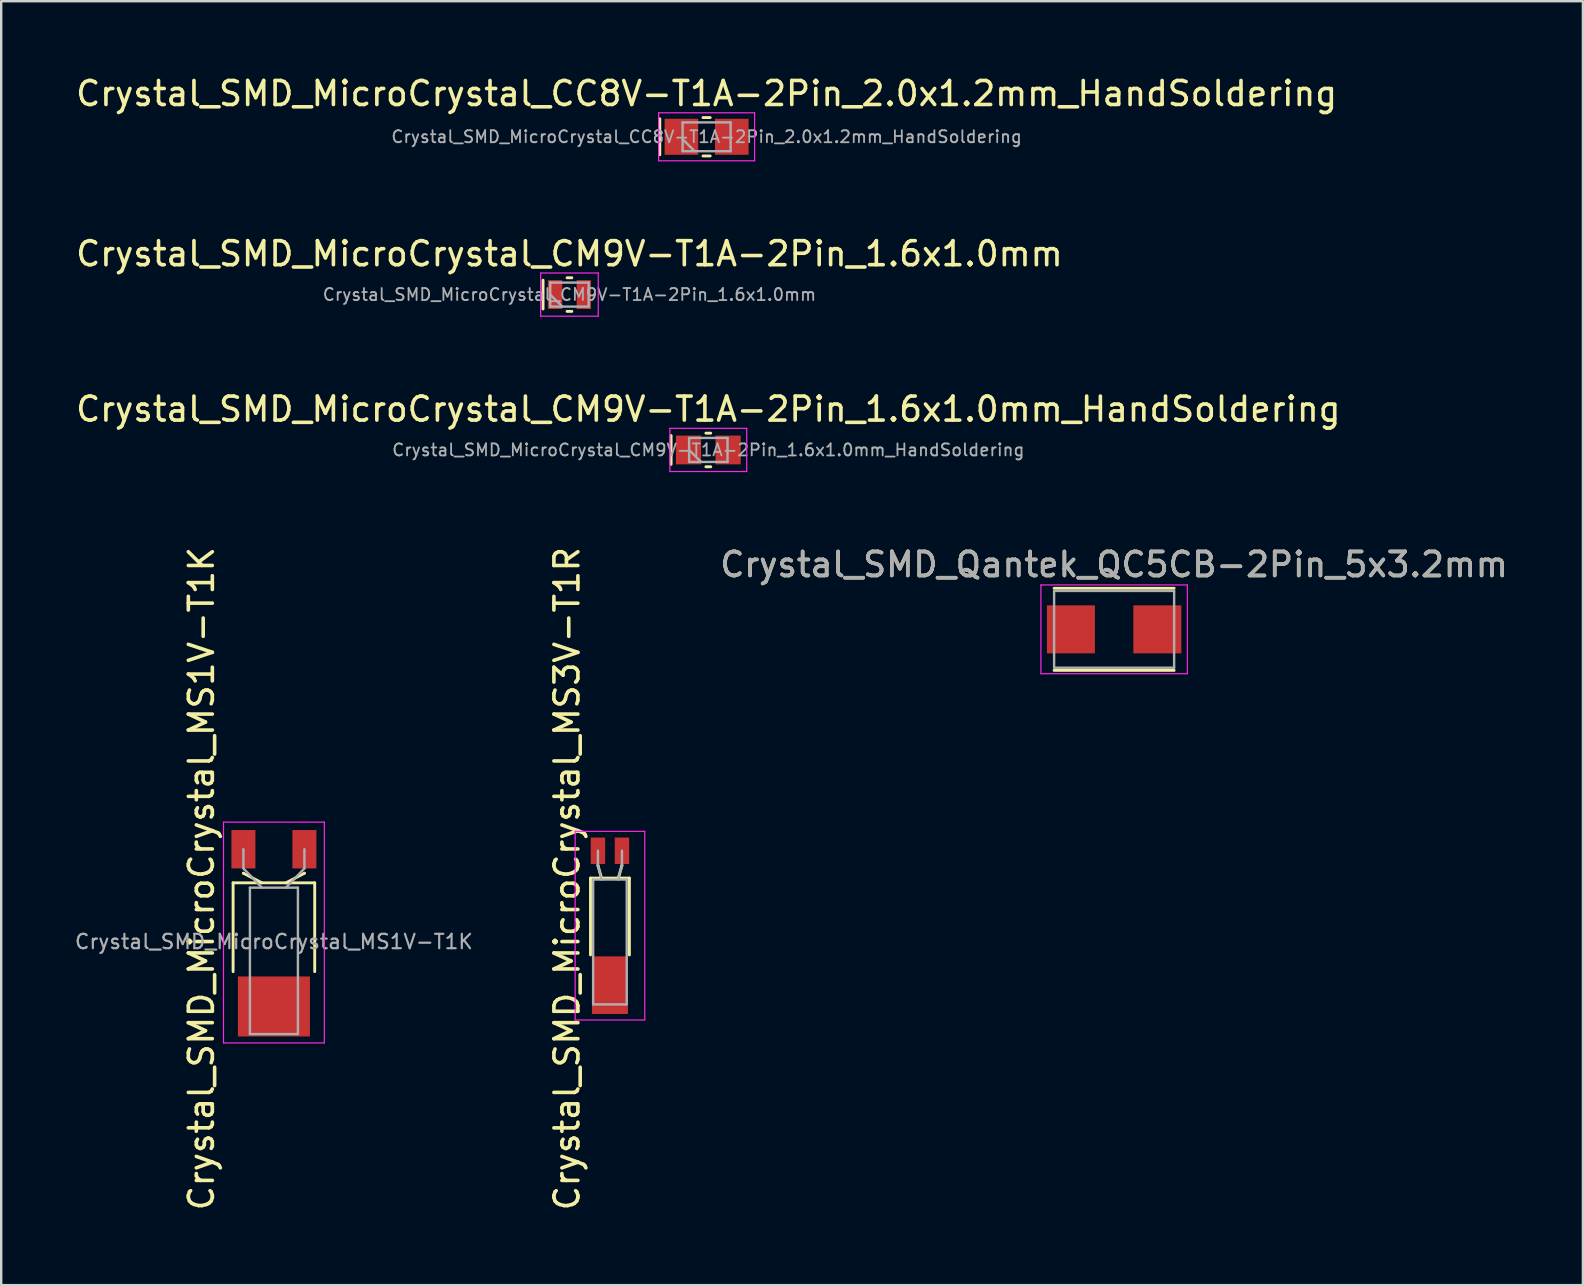
<source format=kicad_pcb>
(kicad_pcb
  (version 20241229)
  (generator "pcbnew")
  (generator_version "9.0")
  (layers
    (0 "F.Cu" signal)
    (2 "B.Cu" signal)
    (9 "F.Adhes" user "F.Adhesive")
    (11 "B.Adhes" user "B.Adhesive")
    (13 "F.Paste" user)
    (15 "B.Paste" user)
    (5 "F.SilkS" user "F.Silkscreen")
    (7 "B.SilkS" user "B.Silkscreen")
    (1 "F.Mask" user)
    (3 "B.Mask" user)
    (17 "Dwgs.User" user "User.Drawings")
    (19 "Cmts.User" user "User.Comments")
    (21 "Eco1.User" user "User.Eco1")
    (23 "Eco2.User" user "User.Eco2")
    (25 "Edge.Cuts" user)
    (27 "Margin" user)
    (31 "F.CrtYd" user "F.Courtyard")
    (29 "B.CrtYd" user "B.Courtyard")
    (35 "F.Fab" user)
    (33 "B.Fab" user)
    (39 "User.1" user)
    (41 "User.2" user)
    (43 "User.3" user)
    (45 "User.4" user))
  (footprint "Crystal_SMD_MicroCrystal_MS3V-T1R"
    (layer "F.Cu")
    (at 22.36 35.192)
    (property "Reference" "Crystal_SMD_MicroCrystal_MS3V-T1R" (at -1.79 -1.637 90) (layer "F.SilkS") (effects (font (size 1 1) (thickness 0.15))))
    (attr smd)
    (fp_line (start -0.81 -1.66) (end 0.81 -1.66) (stroke (width 0.12) (type solid)) (layer "F.SilkS"))
    (fp_line (start -0.81 1.54) (end -0.81 -1.66) (stroke (width 0.12) (type solid)) (layer "F.SilkS"))
    (fp_line (start -0.5 -2.19) (end -0.5 -2.19) (stroke (width 0.12) (type solid)) (layer "F.SilkS"))
    (fp_line (start -0.35 -1.66) (end -0.5 -2.19) (stroke (width 0.12) (type solid)) (layer "F.SilkS"))
    (fp_line (start 0.35 -1.66) (end 0.5 -2.19) (stroke (width 0.12) (type solid)) (layer "F.SilkS"))
    (fp_line (start 0.5 -2.19) (end 0.5 -2.19) (stroke (width 0.12) (type solid)) (layer "F.SilkS"))
    (fp_line (start 0.81 -1.66) (end 0.81 1.54) (stroke (width 0.12) (type solid)) (layer "F.SilkS"))
    (fp_line (start -1.45 -3.61) (end -1.45 4.25) (stroke (width 0.05) (type solid)) (layer "F.CrtYd"))
    (fp_line (start -1.45 4.25) (end 1.45 4.25) (stroke (width 0.05) (type solid)) (layer "F.CrtYd"))
    (fp_line (start 1.45 -3.61) (end -1.45 -3.61) (stroke (width 0.05) (type solid)) (layer "F.CrtYd"))
    (fp_line (start 1.45 4.25) (end 1.45 -3.61) (stroke (width 0.05) (type solid)) (layer "F.CrtYd"))
    (fp_line (start -0.7 -1.6) (end -0.7 3.6) (stroke (width 0.1) (type solid)) (layer "F.Fab"))
    (fp_line (start -0.7 3.6) (end 0.7 3.6) (stroke (width 0.1) (type solid)) (layer "F.Fab"))
    (fp_line (start -0.5 -2.2) (end -0.5 -2.8) (stroke (width 0.1) (type solid)) (layer "F.Fab"))
    (fp_line (start -0.35 -1.6) (end -0.5 -2.2) (stroke (width 0.1) (type solid)) (layer "F.Fab"))
    (fp_line (start 0.35 -1.6) (end 0.5 -2.2) (stroke (width 0.1) (type solid)) (layer "F.Fab"))
    (fp_line (start 0.5 -2.2) (end 0.5 -2.8) (stroke (width 0.1) (type solid)) (layer "F.Fab"))
    (fp_line (start 0.7 -1.6) (end -0.7 -1.6) (stroke (width 0.1) (type solid)) (layer "F.Fab"))
    (fp_line (start 0.7 3.6) (end 0.7 -1.6) (stroke (width 0.1) (type solid)) (layer "F.Fab"))
    (pad "1" smd rect (at -0.5 -2.8) (size 0.6 1.1) (layers "F.Cu" "F.Mask"))
    (pad "2" smd rect (at 0.5 -2.8) (size 0.6 1.1) (layers "F.Cu" "F.Mask"))
    (pad "3" smd rect (at 0 2.8) (size 1.5 2.4) (layers "F.Cu" "F.Mask")))
  (footprint "Crystal_SMD_MicroCrystal_CM9V-T1A-2Pin_1.6x1.0mm"
    (layer "F.Cu")
    (at 20.673 9.222)
    (property "Reference" "Crystal_SMD_MicroCrystal_CM9V-T1A-2Pin_1.6x1.0mm" (at 0 -1.7 0) (layer "F.SilkS") (effects (font (size 1 1) (thickness 0.15))))
    (attr smd)
    (fp_line (start -1.1 -0.6) (end -1.1 0.6) (stroke (width 0.12) (type solid)) (layer "F.SilkS"))
    (fp_line (start -0.1 -0.7) (end 0.1 -0.7) (stroke (width 0.12) (type solid)) (layer "F.SilkS"))
    (fp_line (start -0.1 0.7) (end 0.1 0.7) (stroke (width 0.12) (type solid)) (layer "F.SilkS"))
    (fp_line (start -1.2 -0.9) (end -1.2 0.9) (stroke (width 0.05) (type solid)) (layer "F.CrtYd"))
    (fp_line (start -1.2 0.9) (end 1.2 0.9) (stroke (width 0.05) (type solid)) (layer "F.CrtYd"))
    (fp_line (start 1.2 -0.9) (end -1.2 -0.9) (stroke (width 0.05) (type solid)) (layer "F.CrtYd"))
    (fp_line (start 1.2 0.9) (end 1.2 -0.9) (stroke (width 0.05) (type solid)) (layer "F.CrtYd"))
    (fp_line (start -0.8 -0.5) (end -0.8 0.5) (stroke (width 0.1) (type solid)) (layer "F.Fab"))
    (fp_line (start -0.8 0) (end -0.3 0.5) (stroke (width 0.1) (type solid)) (layer "F.Fab"))
    (fp_line (start -0.8 0.5) (end 0.8 0.5) (stroke (width 0.1) (type solid)) (layer "F.Fab"))
    (fp_line (start 0.8 -0.5) (end -0.8 -0.5) (stroke (width 0.1) (type solid)) (layer "F.Fab"))
    (fp_line (start 0.8 0.5) (end 0.8 -0.5) (stroke (width 0.1) (type solid)) (layer "F.Fab"))
    (fp_text user "${REFERENCE}" (at 0 0 0) (layer "F.Fab") (effects (font (size 0.5 0.5) (thickness 0.075))))
    (pad "1" smd rect (at -0.6 0) (size 0.6 1.2) (layers "F.Cu" "F.Mask" "F.Paste"))
    (pad "2" smd rect (at 0.6 0) (size 0.6 1.2) (layers "F.Cu" "F.Mask" "F.Paste")))
  (footprint "Crystal_SMD_Qantek_QC5CB-2Pin_5x3.2mm"
    (layer "F.Cu")
    (at 43.364 23.168)
    (property "Reference" "Crystal_SMD_Qantek_QC5CB-2Pin_5x3.2mm" (at 0 -2.7 0) (layer "F.SilkS") (effects (font (size 1 1) (thickness 0.15))))
    (attr smd)
    (fp_line (start -2.5 -1.71) (end 2.5 -1.71) (stroke (width 0.12) (type solid)) (layer "F.SilkS"))
    (fp_line (start -2.5 1.71) (end 2.5 1.71) (stroke (width 0.12) (type solid)) (layer "F.SilkS"))
    (fp_line (start -3.05 -1.85) (end -3.05 1.85) (stroke (width 0.05) (type solid)) (layer "F.CrtYd"))
    (fp_line (start -3.05 -1.85) (end 3.05 -1.85) (stroke (width 0.05) (type solid)) (layer "F.CrtYd"))
    (fp_line (start -3.05 1.85) (end 3.05 1.85) (stroke (width 0.05) (type solid)) (layer "F.CrtYd"))
    (fp_line (start 3.05 -1.85) (end 3.05 1.85) (stroke (width 0.05) (type solid)) (layer "F.CrtYd"))
    (fp_line (start -2.5 -1.6) (end -2.5 1.6) (stroke (width 0.1) (type solid)) (layer "F.Fab"))
    (fp_line (start -2.5 -1.6) (end 2.5 -1.6) (stroke (width 0.1) (type solid)) (layer "F.Fab"))
    (fp_line (start -2.5 1.6) (end 2.5 1.6) (stroke (width 0.1) (type solid)) (layer "F.Fab"))
    (fp_line (start 2.5 -1.6) (end 2.5 1.6) (stroke (width 0.1) (type solid)) (layer "F.Fab"))
    (fp_text user "${REFERENCE}" (at 0 -2.7 0) (layer "F.Fab") (effects (font (size 1 1) (thickness 0.15))))
    (pad "1" smd rect (at -1.8 0) (size 2 2) (layers "F.Cu" "F.Mask" "F.Paste"))
    (pad "2" smd rect (at 1.8 0) (size 2 2) (layers "F.Cu" "F.Mask" "F.Paste")))
  (footprint "Crystal_SMD_MicroCrystal_CM9V-T1A-2Pin_1.6x1.0mm_HandSoldering"
    (layer "F.Cu")
    (at 26.458 15.695)
    (property "Reference" "Crystal_SMD_MicroCrystal_CM9V-T1A-2Pin_1.6x1.0mm_HandSoldering" (at 0 -1.7 0) (layer "F.SilkS") (effects (font (size 1 1) (thickness 0.15))))
    (attr smd)
    (fp_line (start -1.55 -0.6) (end -1.55 0.6) (stroke (width 0.12) (type solid)) (layer "F.SilkS"))
    (fp_line (start -0.1 -0.7) (end 0.1 -0.7) (stroke (width 0.12) (type solid)) (layer "F.SilkS"))
    (fp_line (start -0.1 0.7) (end 0.1 0.7) (stroke (width 0.12) (type solid)) (layer "F.SilkS"))
    (fp_line (start -1.6 -0.9) (end -1.6 0.9) (stroke (width 0.05) (type solid)) (layer "F.CrtYd"))
    (fp_line (start -1.6 0.9) (end 1.6 0.9) (stroke (width 0.05) (type solid)) (layer "F.CrtYd"))
    (fp_line (start 1.6 -0.9) (end -1.6 -0.9) (stroke (width 0.05) (type solid)) (layer "F.CrtYd"))
    (fp_line (start 1.6 0.9) (end 1.6 -0.9) (stroke (width 0.05) (type solid)) (layer "F.CrtYd"))
    (fp_line (start -0.8 -0.5) (end -0.8 0.5) (stroke (width 0.1) (type solid)) (layer "F.Fab"))
    (fp_line (start -0.8 0) (end -0.3 0.5) (stroke (width 0.1) (type solid)) (layer "F.Fab"))
    (fp_line (start -0.8 0.5) (end 0.8 0.5) (stroke (width 0.1) (type solid)) (layer "F.Fab"))
    (fp_line (start 0.8 -0.5) (end -0.8 -0.5) (stroke (width 0.1) (type solid)) (layer "F.Fab"))
    (fp_line (start 0.8 0.5) (end 0.8 -0.5) (stroke (width 0.1) (type solid)) (layer "F.Fab"))
    (fp_text user "${REFERENCE}" (at 0 0 0) (layer "F.Fab") (effects (font (size 0.5 0.5) (thickness 0.075))))
    (pad "1" smd rect (at -0.825 0) (size 1.05 1.2) (layers "F.Cu" "F.Mask" "F.Paste"))
    (pad "2" smd rect (at 0.825 0) (size 1.05 1.2) (layers "F.Cu" "F.Mask" "F.Paste")))
  (footprint "Crystal_SMD_MicroCrystal_MS1V-T1K"
    (layer "F.Cu")
    (at 8.361 35.829)
    (property "Reference" "Crystal_SMD_MicroCrystal_MS1V-T1K" (at -3.02 -2.275 90) (layer "F.SilkS") (effects (font (size 1 1) (thickness 0.15))))
    (attr smd)
    (fp_line (start -1.7 -2.1) (end 1.7 -2.1) (stroke (width 0.12) (type solid)) (layer "F.SilkS"))
    (fp_line (start -1.7 1.6) (end -1.7 -2.1) (stroke (width 0.12) (type solid)) (layer "F.SilkS"))
    (fp_line (start -1.27 -2.5) (end -1.27 -2.5) (stroke (width 0.12) (type solid)) (layer "F.SilkS"))
    (fp_line (start -0.5 -2.1) (end -1.27 -2.5) (stroke (width 0.12) (type solid)) (layer "F.SilkS"))
    (fp_line (start 0.5 -2.1) (end 1.27 -2.5) (stroke (width 0.12) (type solid)) (layer "F.SilkS"))
    (fp_line (start 1.27 -2.5) (end 1.27 -2.5) (stroke (width 0.12) (type solid)) (layer "F.SilkS"))
    (fp_line (start 1.7 -2.1) (end 1.7 1.6) (stroke (width 0.12) (type solid)) (layer "F.SilkS"))
    (fp_line (start -2.1 -4.63) (end -2.1 4.57) (stroke (width 0.05) (type solid)) (layer "F.CrtYd"))
    (fp_line (start -2.1 4.57) (end 2.1 4.57) (stroke (width 0.05) (type solid)) (layer "F.CrtYd"))
    (fp_line (start 2.1 -4.63) (end -2.1 -4.63) (stroke (width 0.05) (type solid)) (layer "F.CrtYd"))
    (fp_line (start 2.1 4.57) (end 2.1 -4.63) (stroke (width 0.05) (type solid)) (layer "F.CrtYd"))
    (fp_line (start -1.27 -2.7) (end -1.27 -3.5) (stroke (width 0.1) (type solid)) (layer "F.Fab"))
    (fp_line (start -1 -1.9) (end -1 4.2) (stroke (width 0.1) (type solid)) (layer "F.Fab"))
    (fp_line (start -1 4.2) (end 1 4.2) (stroke (width 0.1) (type solid)) (layer "F.Fab"))
    (fp_line (start -0.5 -1.9) (end -1.27 -2.7) (stroke (width 0.1) (type solid)) (layer "F.Fab"))
    (fp_line (start 0.5 -1.9) (end 1.27 -2.7) (stroke (width 0.1) (type solid)) (layer "F.Fab"))
    (fp_line (start 1 -1.9) (end -1 -1.9) (stroke (width 0.1) (type solid)) (layer "F.Fab"))
    (fp_line (start 1 4.2) (end 1 -1.9) (stroke (width 0.1) (type solid)) (layer "F.Fab"))
    (fp_line (start 1.27 -2.7) (end 1.27 -3.5) (stroke (width 0.1) (type solid)) (layer "F.Fab"))
    (fp_text user "${REFERENCE}" (at 0 0.35 0) (layer "F.Fab") (effects (font (size 0.6 0.6) (thickness 0.09))))
    (pad "1" smd rect (at -1.27 -3.5) (size 1 1.6) (layers "F.Cu" "F.Mask" "F.Paste"))
    (pad "2" smd rect (at 1.27 -3.5) (size 1 1.6) (layers "F.Cu" "F.Mask" "F.Paste"))
    (pad "3" smd rect (at 0 3.05) (size 3 2.5) (layers "F.Cu" "F.Mask" "F.Paste")))
  (footprint "Crystal_SMD_MicroCrystal_CC8V-T1A-2Pin_2.0x1.2mm_HandSoldering"
    (layer "F.Cu")
    (at 26.387 2.648)
    (property "Reference" "Crystal_SMD_MicroCrystal_CC8V-T1A-2Pin_2.0x1.2mm_HandSoldering" (at 0 -1.8 0) (layer "F.SilkS") (effects (font (size 1 1) (thickness 0.15))))
    (attr smd)
    (fp_line (start -1.95 -0.75) (end -1.95 0.75) (stroke (width 0.12) (type solid)) (layer "F.SilkS"))
    (fp_line (start -0.15 -0.8) (end 0.15 -0.8) (stroke (width 0.12) (type solid)) (layer "F.SilkS"))
    (fp_line (start -0.15 0.8) (end 0.15 0.8) (stroke (width 0.12) (type solid)) (layer "F.SilkS"))
    (fp_line (start -2 -1) (end -2 1) (stroke (width 0.05) (type solid)) (layer "F.CrtYd"))
    (fp_line (start -2 1) (end 2 1) (stroke (width 0.05) (type solid)) (layer "F.CrtYd"))
    (fp_line (start 2 -1) (end -2 -1) (stroke (width 0.05) (type solid)) (layer "F.CrtYd"))
    (fp_line (start 2 1) (end 2 -1) (stroke (width 0.05) (type solid)) (layer "F.CrtYd"))
    (fp_line (start -1 -0.6) (end -1 0.6) (stroke (width 0.1) (type solid)) (layer "F.Fab"))
    (fp_line (start -1 0.1) (end -0.5 0.6) (stroke (width 0.1) (type solid)) (layer "F.Fab"))
    (fp_line (start -1 0.6) (end 1 0.6) (stroke (width 0.1) (type solid)) (layer "F.Fab"))
    (fp_line (start 1 -0.6) (end -1 -0.6) (stroke (width 0.1) (type solid)) (layer "F.Fab"))
    (fp_line (start 1 0.6) (end 1 -0.6) (stroke (width 0.1) (type solid)) (layer "F.Fab"))
    (fp_text user "${REFERENCE}" (at 0 0 0) (layer "F.Fab") (effects (font (size 0.5 0.5) (thickness 0.075))))
    (pad "1" smd rect (at -1.05 0) (size 1.4 1.5) (layers "F.Cu" "F.Mask" "F.Paste"))
    (pad "2" smd rect (at 1.05 0) (size 1.4 1.5) (layers "F.Cu" "F.Mask" "F.Paste")))
  (gr_rect
    (start -3 -3)
    (end 62.894 50.489)
    (stroke (width 0.1) (type default))
    (fill no)
    (layer "Edge.Cuts")))
</source>
